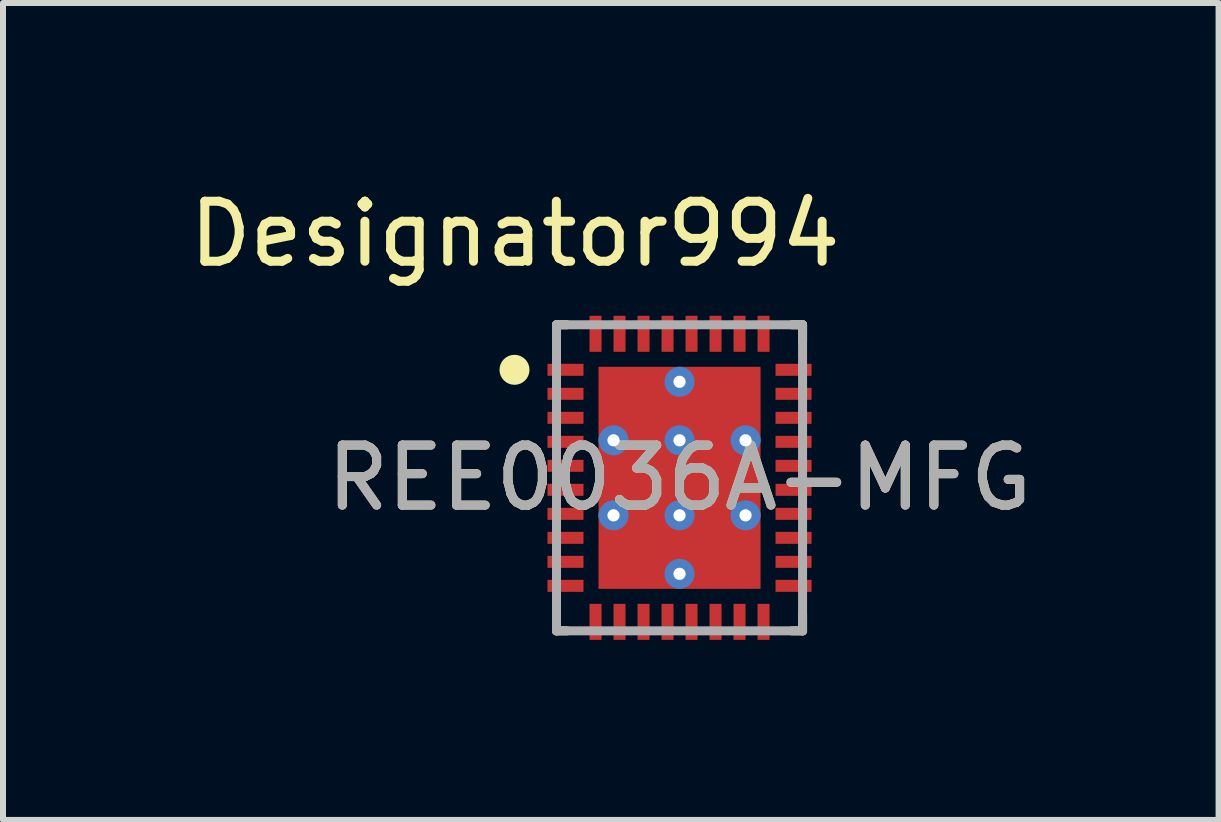
<source format=kicad_pcb>
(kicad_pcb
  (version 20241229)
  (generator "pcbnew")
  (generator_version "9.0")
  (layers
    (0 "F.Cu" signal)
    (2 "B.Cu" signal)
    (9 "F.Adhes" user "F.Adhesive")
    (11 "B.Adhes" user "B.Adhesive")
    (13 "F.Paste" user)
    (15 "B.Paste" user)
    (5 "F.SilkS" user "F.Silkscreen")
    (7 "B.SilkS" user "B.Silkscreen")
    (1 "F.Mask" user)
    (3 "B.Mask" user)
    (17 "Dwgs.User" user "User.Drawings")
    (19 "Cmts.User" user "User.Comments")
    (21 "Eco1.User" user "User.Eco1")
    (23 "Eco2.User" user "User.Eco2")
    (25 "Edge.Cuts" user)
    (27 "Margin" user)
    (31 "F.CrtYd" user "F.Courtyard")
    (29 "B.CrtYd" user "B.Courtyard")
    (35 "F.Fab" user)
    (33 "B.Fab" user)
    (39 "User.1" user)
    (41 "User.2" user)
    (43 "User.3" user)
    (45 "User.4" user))
  (footprint "REE0036A-MFG"
    (layer "F.Cu")
    (at 8.273 4.912)
    (property "Reference" "REE0036A-MFG" (at 0 0 0) (unlocked yes) (layer "F.SilkS") (effects (font (size 1 1) (thickness 0.15))))
    (attr smd)
    (fp_line (start -2.05 -2.55) (end -1.875 -2.55) (stroke (width 0.15) (type solid)) (layer "F.SilkS"))
    (fp_line (start -2.05 -2.275) (end -2.05 -2.55) (stroke (width 0.15) (type solid)) (layer "F.SilkS"))
    (fp_line (start -2.05 2.55) (end -2.05 2.275) (stroke (width 0.15) (type solid)) (layer "F.SilkS"))
    (fp_line (start -2.05 2.55) (end -1.875 2.55) (stroke (width 0.15) (type solid)) (layer "F.SilkS"))
    (fp_line (start 1.875 -2.55) (end 2.05 -2.55) (stroke (width 0.15) (type solid)) (layer "F.SilkS"))
    (fp_line (start 1.875 2.55) (end 2.05 2.55) (stroke (width 0.15) (type solid)) (layer "F.SilkS"))
    (fp_line (start 2.05 -2.275) (end 2.05 -2.55) (stroke (width 0.15) (type solid)) (layer "F.SilkS"))
    (fp_line (start 2.05 2.55) (end 2.05 2.275) (stroke (width 0.15) (type solid)) (layer "F.SilkS"))
    (fp_circle (center -2.75 -1.8) (end -2.625 -1.8) (stroke (width 0.25) (type solid)) (fill no) (layer "F.SilkS"))
    (fp_poly (pts (xy -1.295 -0.775) (xy -1.295 -1.725) (xy -1.245 -1.775) (xy -0.155 -1.775) (xy -0.105 -1.725) (xy -0.105 -0.775) (xy -0.155 -0.725) (xy -1.245 -0.725)) (stroke (width 0) (type solid)) (fill yes) (layer "F.Paste"))
    (fp_poly (pts (xy -1.245 0.725) (xy -0.155 0.725) (xy -0.105 0.775) (xy -0.105 1.725) (xy -0.155 1.775) (xy -1.245 1.775) (xy -1.295 1.725) (xy -1.295 0.775)) (stroke (width 0) (type solid)) (fill yes) (layer "F.Paste"))
    (fp_poly (pts (xy -0.155 -0.525) (xy -0.105 -0.475) (xy -0.105 0.475) (xy -0.155 0.525) (xy -1.245 0.525) (xy -1.295 0.475) (xy -1.295 -0.475) (xy -1.245 -0.525)) (stroke (width 0) (type solid)) (fill yes) (layer "F.Paste"))
    (fp_poly (pts (xy 1.245 -1.775) (xy 1.295 -1.725) (xy 1.295 -0.775) (xy 1.245 -0.725) (xy 0.155 -0.725) (xy 0.105 -0.775) (xy 0.105 -1.725) (xy 0.155 -1.775)) (stroke (width 0) (type solid)) (fill yes) (layer "F.Paste"))
    (fp_poly (pts (xy 1.245 -0.525) (xy 1.295 -0.475) (xy 1.295 0.475) (xy 1.245 0.525) (xy 0.155 0.525) (xy 0.105 0.475) (xy 0.105 -0.475) (xy 0.155 -0.525)) (stroke (width 0) (type solid)) (fill yes) (layer "F.Paste"))
    (fp_poly (pts (xy 1.295 0.775) (xy 1.295 1.725) (xy 1.245 1.775) (xy 0.155 1.775) (xy 0.105 1.725) (xy 0.105 0.775) (xy 0.155 0.725) (xy 1.245 0.725)) (stroke (width 0) (type solid)) (fill yes) (layer "F.Paste"))
    (fp_line (start -2.05 -2.55) (end 2.05 -2.55) (stroke (width 0.15) (type solid)) (layer "F.Fab"))
    (fp_line (start -2.05 2.55) (end -2.05 -2.55) (stroke (width 0.15) (type solid)) (layer "F.Fab"))
    (fp_line (start -2.05 2.55) (end 2.05 2.55) (stroke (width 0.15) (type solid)) (layer "F.Fab"))
    (fp_line (start 2.05 2.55) (end 2.05 -2.55) (stroke (width 0.15) (type solid)) (layer "F.Fab"))
    (fp_text user "Designator994" (at -2.743 -4.064 0) (unlocked yes) (layer "F.SilkS") (effects (font (size 1 1) (thickness 0.15))))
    (fp_text user "${REFERENCE}" (at 0 0 0) (unlocked yes) (layer "F.Fab") (effects (font (size 1 1) (thickness 0.15))))
    (pad "1" smd rect (at -1.9 -1.8) (size 0.6 0.2) (layers "F.Cu" "F.Mask" "F.Paste"))
    (pad "2" smd rect (at -1.9 -1.4) (size 0.6 0.2) (layers "F.Cu" "F.Mask" "F.Paste"))
    (pad "3" smd rect (at -1.9 -1) (size 0.6 0.2) (layers "F.Cu" "F.Mask" "F.Paste"))
    (pad "4" smd rect (at -1.9 -0.6) (size 0.6 0.2) (layers "F.Cu" "F.Mask" "F.Paste"))
    (pad "5" smd rect (at -1.9 -0.2) (size 0.6 0.2) (layers "F.Cu" "F.Mask" "F.Paste"))
    (pad "6" smd rect (at -1.9 0.2) (size 0.6 0.2) (layers "F.Cu" "F.Mask" "F.Paste"))
    (pad "7" smd rect (at -1.9 0.6) (size 0.6 0.2) (layers "F.Cu" "F.Mask" "F.Paste"))
    (pad "8" smd rect (at -1.9 1) (size 0.6 0.2) (layers "F.Cu" "F.Mask" "F.Paste"))
    (pad "9" smd rect (at -1.9 1.4) (size 0.6 0.2) (layers "F.Cu" "F.Mask" "F.Paste"))
    (pad "10" smd rect (at -1.9 1.8) (size 0.6 0.2) (layers "F.Cu" "F.Mask" "F.Paste"))
    (pad "11" smd rect (at -1.4 2.4 90) (size 0.6 0.2) (layers "F.Cu" "F.Mask" "F.Paste"))
    (pad "12" smd rect (at -1 2.4 90) (size 0.6 0.2) (layers "F.Cu" "F.Mask" "F.Paste"))
    (pad "13" smd rect (at -0.6 2.4 90) (size 0.6 0.2) (layers "F.Cu" "F.Mask" "F.Paste"))
    (pad "14" smd rect (at -0.2 2.4 90) (size 0.6 0.2) (layers "F.Cu" "F.Mask" "F.Paste"))
    (pad "15" smd rect (at 0.2 2.4 90) (size 0.6 0.2) (layers "F.Cu" "F.Mask" "F.Paste"))
    (pad "16" smd rect (at 0.6 2.4 90) (size 0.6 0.2) (layers "F.Cu" "F.Mask" "F.Paste"))
    (pad "17" smd rect (at 1 2.4 90) (size 0.6 0.2) (layers "F.Cu" "F.Mask" "F.Paste"))
    (pad "18" smd rect (at 1.4 2.4 90) (size 0.6 0.2) (layers "F.Cu" "F.Mask" "F.Paste"))
    (pad "19" smd rect (at 1.9 1.8) (size 0.6 0.2) (layers "F.Cu" "F.Mask" "F.Paste"))
    (pad "20" smd rect (at 1.9 1.4) (size 0.6 0.2) (layers "F.Cu" "F.Mask" "F.Paste"))
    (pad "21" smd rect (at 1.9 1) (size 0.6 0.2) (layers "F.Cu" "F.Mask" "F.Paste"))
    (pad "22" smd rect (at 1.9 0.6) (size 0.6 0.2) (layers "F.Cu" "F.Mask" "F.Paste"))
    (pad "23" smd rect (at 1.9 0.2) (size 0.6 0.2) (layers "F.Cu" "F.Mask" "F.Paste"))
    (pad "24" smd rect (at 1.9 -0.2) (size 0.6 0.2) (layers "F.Cu" "F.Mask" "F.Paste"))
    (pad "25" smd rect (at 1.9 -0.6) (size 0.6 0.2) (layers "F.Cu" "F.Mask" "F.Paste"))
    (pad "26" smd rect (at 1.9 -1) (size 0.6 0.2) (layers "F.Cu" "F.Mask" "F.Paste"))
    (pad "27" smd rect (at 1.9 -1.4) (size 0.6 0.2) (layers "F.Cu" "F.Mask" "F.Paste"))
    (pad "28" smd rect (at 1.9 -1.8) (size 0.6 0.2) (layers "F.Cu" "F.Mask" "F.Paste"))
    (pad "29" smd rect (at 1.4 -2.4 90) (size 0.6 0.2) (layers "F.Cu" "F.Mask" "F.Paste"))
    (pad "30" smd rect (at 1 -2.4 90) (size 0.6 0.2) (layers "F.Cu" "F.Mask" "F.Paste"))
    (pad "31" smd rect (at 0.6 -2.4 90) (size 0.6 0.2) (layers "F.Cu" "F.Mask" "F.Paste"))
    (pad "32" smd rect (at 0.2 -2.4 90) (size 0.6 0.2) (layers "F.Cu" "F.Mask" "F.Paste"))
    (pad "33" smd rect (at -0.2 -2.4 90) (size 0.6 0.2) (layers "F.Cu" "F.Mask" "F.Paste"))
    (pad "34" smd rect (at -0.6 -2.4 90) (size 0.6 0.2) (layers "F.Cu" "F.Mask" "F.Paste"))
    (pad "35" smd rect (at -1 -2.4 90) (size 0.6 0.2) (layers "F.Cu" "F.Mask" "F.Paste"))
    (pad "36" smd rect (at -1.4 -2.4 90) (size 0.6 0.2) (layers "F.Cu" "F.Mask" "F.Paste"))
    (pad "37" smd rect (at 0 0) (size 2.7 3.7) (layers "F.Cu" "F.Mask"))
    (pad "38" thru_hole circle (at -1.1 -0.625) (size 0.5 0.5) (drill 0.203) (layers "*.Cu" "*.Mask"))
    (pad "39" thru_hole circle (at 0 -0.625) (size 0.5 0.5) (drill 0.203) (layers "*.Cu" "*.Mask"))
    (pad "40" thru_hole circle (at 1.1 -0.625) (size 0.5 0.5) (drill 0.203) (layers "*.Cu" "*.Mask"))
    (pad "41" thru_hole circle (at -1.1 0.625) (size 0.5 0.5) (drill 0.203) (layers "*.Cu" "*.Mask"))
    (pad "42" thru_hole circle (at 0 0.625) (size 0.5 0.5) (drill 0.203) (layers "*.Cu" "*.Mask"))
    (pad "43" thru_hole circle (at 1.1 0.625) (size 0.5 0.5) (drill 0.203) (layers "*.Cu" "*.Mask"))
    (pad "44" thru_hole circle (at 0 -1.6) (size 0.5 0.5) (drill 0.203) (layers "*.Cu" "*.Mask"))
    (pad "45" thru_hole circle (at 0 1.6) (size 0.5 0.5) (drill 0.203) (layers "*.Cu" "*.Mask")))
  (gr_rect
    (start -3 -3)
    (end 17.255 10.612)
    (stroke (width 0.1) (type default))
    (fill no)
    (layer "Edge.Cuts")))
</source>
